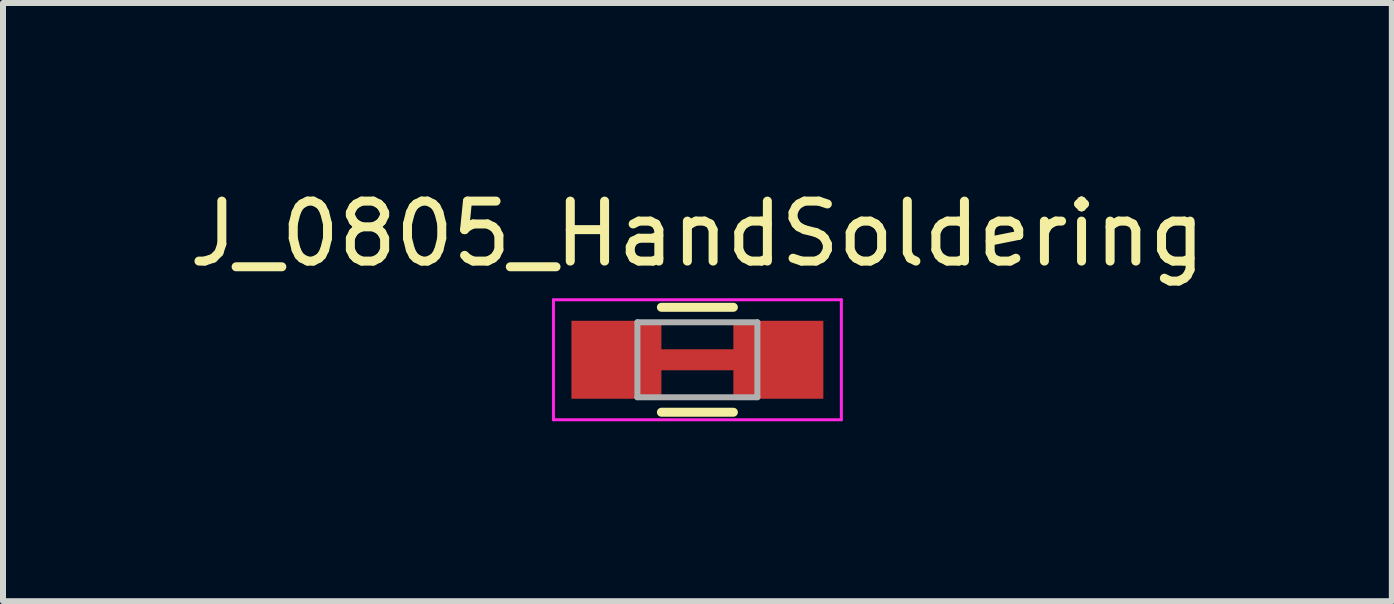
<source format=kicad_pcb>
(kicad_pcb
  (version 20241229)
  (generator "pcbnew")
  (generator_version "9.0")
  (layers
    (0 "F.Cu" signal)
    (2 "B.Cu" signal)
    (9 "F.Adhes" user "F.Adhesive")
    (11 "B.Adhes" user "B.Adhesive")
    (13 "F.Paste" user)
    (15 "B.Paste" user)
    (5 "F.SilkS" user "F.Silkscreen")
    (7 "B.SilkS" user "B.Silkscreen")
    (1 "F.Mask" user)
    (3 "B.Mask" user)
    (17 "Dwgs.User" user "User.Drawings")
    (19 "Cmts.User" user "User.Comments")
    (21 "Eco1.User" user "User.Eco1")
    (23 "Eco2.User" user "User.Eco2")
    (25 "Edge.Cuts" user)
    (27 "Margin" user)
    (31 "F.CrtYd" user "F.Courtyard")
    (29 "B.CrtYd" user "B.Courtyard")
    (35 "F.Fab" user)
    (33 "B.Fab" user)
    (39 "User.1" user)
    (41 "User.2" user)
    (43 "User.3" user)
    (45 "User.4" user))
  (footprint "J_0805_HandSoldering"
    (layer "F.Cu")
    (at 8.577 2.948)
    (property "Reference" "J_0805_HandSoldering" (at 0 -2.1 0) (layer "F.SilkS") (effects (font (size 1 1) (thickness 0.15))))
    (attr smd)
    (fp_line (start 1.35 0) (end -1.35 0) (stroke (width 0.35) (type solid)) (layer "F.Cu"))
    (fp_line (start -0.6 -0.875) (end 0.6 -0.875) (stroke (width 0.15) (type solid)) (layer "F.SilkS"))
    (fp_line (start 0.6 0.875) (end -0.6 0.875) (stroke (width 0.15) (type solid)) (layer "F.SilkS"))
    (fp_line (start -2.4 -1) (end -2.4 1) (stroke (width 0.05) (type solid)) (layer "F.CrtYd"))
    (fp_line (start -2.4 -1) (end 2.4 -1) (stroke (width 0.05) (type solid)) (layer "F.CrtYd"))
    (fp_line (start -2.4 1) (end 2.4 1) (stroke (width 0.05) (type solid)) (layer "F.CrtYd"))
    (fp_line (start 2.4 -1) (end 2.4 1) (stroke (width 0.05) (type solid)) (layer "F.CrtYd"))
    (fp_line (start -1 -0.625) (end 1 -0.625) (stroke (width 0.1) (type solid)) (layer "F.Fab"))
    (fp_line (start -1 0.625) (end -1 -0.625) (stroke (width 0.1) (type solid)) (layer "F.Fab"))
    (fp_line (start 1 -0.625) (end 1 0.625) (stroke (width 0.1) (type solid)) (layer "F.Fab"))
    (fp_line (start 1 0.625) (end -1 0.625) (stroke (width 0.1) (type solid)) (layer "F.Fab"))
    (pad "1" smd rect (at -1.35 0) (size 1.5 1.3) (layers "F.Cu" "F.Mask" "F.Paste"))
    (pad "2" smd rect (at 1.35 0) (size 1.5 1.3) (layers "F.Cu" "F.Mask" "F.Paste")))
  (gr_rect
    (start -3 -3)
    (end 20.155 6.973)
    (stroke (width 0.1) (type default))
    (fill no)
    (layer "Edge.Cuts")))
</source>
